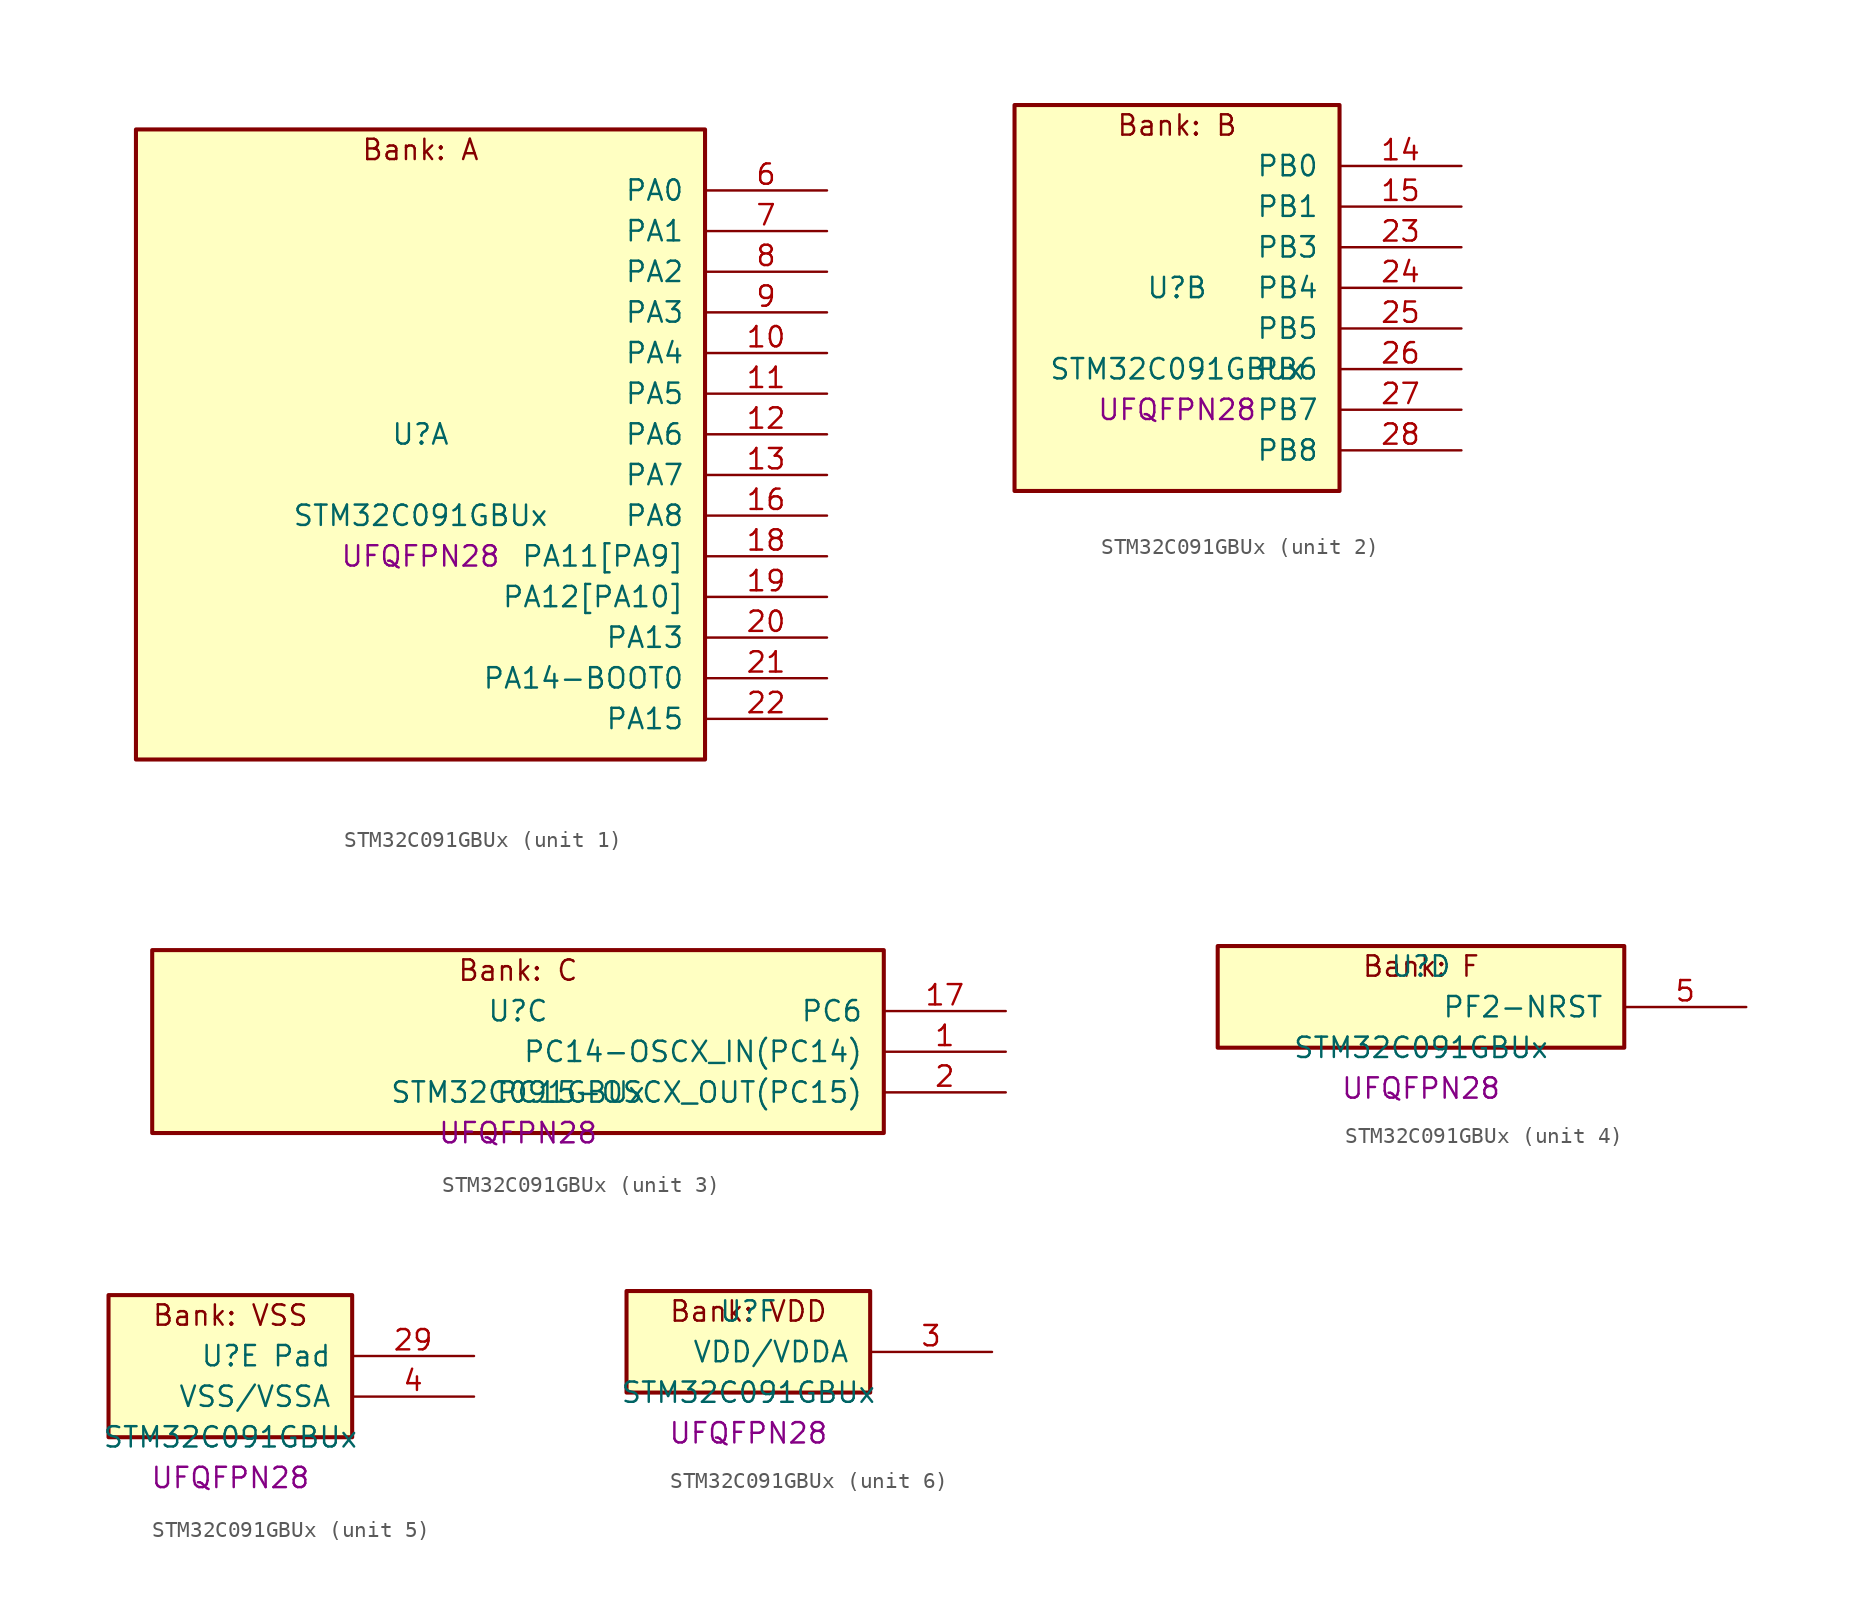
<source format=kicad_sym>
(kicad_symbol_lib
  (version 20241209)
  (generator "stm32_pkl_generator")
  (generator_version "1.0")
  (symbol "STM32C091GBUx"
    (pin_names
      (offset 1.27))
    (property "Reference" "U"
      (at 0 2.54 0))
    (property "Value" "STM32C091GBUx"
      (at 0 -2.54 0))
    (property "Footprint" "UFQFPN28"
      (at 0 -5.08 0))
    (symbol "STM32C091GBUx_1_1"
      (rectangle (start -17.78 21.59) (end 17.78 -17.78) (stroke (width 0.254) (type solid)) (fill (type background)))
      (text "Bank: A" (at 0 20.32 0))
      (pin bidirectional line (at 25.4 17.78 180) (length 7.62) (name "PA0") (number "6") (alternate "PA0/ADC1_IN0" bidirectional line) (alternate "PA0/PWR_WKUP1" bidirectional line) (alternate "PA0/SPI2_SCK" bidirectional line) (alternate "PA0/TIM16_CH1" bidirectional line) (alternate "PA0/TIM1_CH1" bidirectional line) (alternate "PA0/TIM2_CH1" bidirectional line) (alternate "PA0/TIM2_ETR" bidirectional line) (alternate "PA0/USART1_TX" bidirectional line) (alternate "PA0/USART2_CTS" bidirectional line) (alternate "PA0/USART2_NSS" bidirectional line) (alternate "PA0/USART4_TX" bidirectional line))
      (pin bidirectional line (at 25.4 15.24 180) (length 7.62) (name "PA1") (number "7") (alternate "PA1/ADC1_IN1" bidirectional line) (alternate "PA1/I2C1_SMBA" bidirectional line) (alternate "PA1/I2S1_CK" bidirectional line) (alternate "PA1/SPI1_SCK" bidirectional line) (alternate "PA1/TIM15_CH1N" bidirectional line) (alternate "PA1/TIM17_CH1" bidirectional line) (alternate "PA1/TIM1_CH2" bidirectional line) (alternate "PA1/TIM2_CH2" bidirectional line) (alternate "PA1/USART1_RX" bidirectional line) (alternate "PA1/USART2_CK" bidirectional line) (alternate "PA1/USART2_DE" bidirectional line) (alternate "PA1/USART2_RTS" bidirectional line) (alternate "PA1/USART4_RX" bidirectional line))
      (pin bidirectional line (at 25.4 12.7 180) (length 7.62) (name "PA2") (number "8") (alternate "PA2/ADC1_IN2" bidirectional line) (alternate "PA2/I2S1_SD" bidirectional line) (alternate "PA2/PWR_WKUP4" bidirectional line) (alternate "PA2/RCC_LSCO" bidirectional line) (alternate "PA2/SPI1_MOSI" bidirectional line) (alternate "PA2/TIM15_CH1" bidirectional line) (alternate "PA2/TIM16_CH1N" bidirectional line) (alternate "PA2/TIM1_CH3" bidirectional line) (alternate "PA2/TIM2_CH3" bidirectional line) (alternate "PA2/TIM3_ETR" bidirectional line) (alternate "PA2/USART2_TX" bidirectional line))
      (pin bidirectional line (at 25.4 10.16 180) (length 7.62) (name "PA3") (number "9") (alternate "PA3/ADC1_IN3" bidirectional line) (alternate "PA3/SPI2_MISO" bidirectional line) (alternate "PA3/TIM15_CH2" bidirectional line) (alternate "PA3/TIM1_CH1N" bidirectional line) (alternate "PA3/TIM1_CH4" bidirectional line) (alternate "PA3/TIM2_CH4" bidirectional line) (alternate "PA3/USART2_RX" bidirectional line))
      (pin bidirectional line (at 25.4 7.62 180) (length 7.62) (name "PA4") (number "10") (alternate "PA4/ADC1_IN4" bidirectional line) (alternate "PA4/I2S1_WS" bidirectional line) (alternate "PA4/PWR_WKUP2" bidirectional line) (alternate "PA4/RTC_OUT1" bidirectional line) (alternate "PA4/RTC_TS" bidirectional line) (alternate "PA4/SPI1_NSS" bidirectional line) (alternate "PA4/SPI2_MOSI" bidirectional line) (alternate "PA4/TIM14_CH1" bidirectional line) (alternate "PA4/TIM17_CH1N" bidirectional line) (alternate "PA4/TIM1_CH2N" bidirectional line) (alternate "PA4/USART2_TX" bidirectional line))
      (pin bidirectional line (at 25.4 5.08 180) (length 7.62) (name "PA5") (number "11") (alternate "PA5/ADC1_IN5" bidirectional line) (alternate "PA5/I2S1_CK" bidirectional line) (alternate "PA5/SPI1_SCK" bidirectional line) (alternate "PA5/TIM1_CH1" bidirectional line) (alternate "PA5/TIM1_CH3N" bidirectional line) (alternate "PA5/TIM2_CH1" bidirectional line) (alternate "PA5/TIM2_ETR" bidirectional line) (alternate "PA5/USART2_RX" bidirectional line) (alternate "PA5/USART3_TX" bidirectional line))
      (pin bidirectional line (at 25.4 2.54 180) (length 7.62) (name "PA6") (number "12") (alternate "PA6/ADC1_IN6" bidirectional line) (alternate "PA6/I2C2_SDA" bidirectional line) (alternate "PA6/I2S1_MCK" bidirectional line) (alternate "PA6/SPI1_MISO" bidirectional line) (alternate "PA6/TIM16_CH1" bidirectional line) (alternate "PA6/TIM1_BKIN" bidirectional line) (alternate "PA6/TIM3_CH1" bidirectional line) (alternate "PA6/USART3_CTS" bidirectional line) (alternate "PA6/USART3_NSS" bidirectional line))
      (pin bidirectional line (at 25.4 0 180) (length 7.62) (name "PA7") (number "13") (alternate "PA7/ADC1_IN7" bidirectional line) (alternate "PA7/I2C2_SCL" bidirectional line) (alternate "PA7/I2S1_SD" bidirectional line) (alternate "PA7/SPI1_MOSI" bidirectional line) (alternate "PA7/TIM14_CH1" bidirectional line) (alternate "PA7/TIM17_CH1" bidirectional line) (alternate "PA7/TIM1_CH1N" bidirectional line) (alternate "PA7/TIM3_CH2" bidirectional line))
      (pin bidirectional line (at 25.4 -2.54 180) (length 7.62) (name "PA8") (number "16") (alternate "PA8/ADC1_IN8" bidirectional line) (alternate "PA8/I2S1_WS" bidirectional line) (alternate "PA8/RCC_MCO" bidirectional line) (alternate "PA8/RCC_MCO_2" bidirectional line) (alternate "PA8/SPI1_NSS" bidirectional line) (alternate "PA8/SPI2_MISO" bidirectional line) (alternate "PA8/SPI2_NSS" bidirectional line) (alternate "PA8/TIM14_CH1" bidirectional line) (alternate "PA8/TIM1_CH1" bidirectional line) (alternate "PA8/TIM1_CH2N" bidirectional line) (alternate "PA8/TIM1_CH3N" bidirectional line) (alternate "PA8/TIM3_CH3" bidirectional line) (alternate "PA8/TIM3_CH4" bidirectional line) (alternate "PA8/USART1_RX" bidirectional line) (alternate "PA8/USART2_TX" bidirectional line))
      (pin bidirectional line (at 25.4 -5.08 180) (length 7.62) (name "PA11[PA9]") (number "18") (alternate "PA11[PA9]/ADC1_EXTI11" bidirectional line) (alternate "PA11[PA9]/I2C2_SCL" bidirectional line) (alternate "PA11[PA9]/I2S1_MCK" bidirectional line) (alternate "PA11[PA9]/SPI1_MISO" bidirectional line) (alternate "PA11[PA9]/TIM1_BKIN2" bidirectional line) (alternate "PA11[PA9]/TIM1_CH4" bidirectional line) (alternate "PA11[PA9]/USART1_CTS" bidirectional line) (alternate "PA11[PA9]/USART1_NSS" bidirectional line) (alternate "PA11[PA9]/PA9[PA11]" bidirectional line) (alternate "PA11[PA9]/I2C1_SCL" bidirectional line) (alternate "PA11[PA9]/RCC_MCO" bidirectional line) (alternate "PA11[PA9]/SPI2_MISO" bidirectional line) (alternate "PA11[PA9]/TIM15_BKIN" bidirectional line) (alternate "PA11[PA9]/TIM1_CH2" bidirectional line) (alternate "PA11[PA9]/TIM3_ETR" bidirectional line) (alternate "PA11[PA9]/USART1_TX" bidirectional line))
      (pin bidirectional line (at 25.4 -7.62 180) (length 7.62) (name "PA12[PA10]") (number "19") (alternate "PA12[PA10]/I2C2_SDA" bidirectional line) (alternate "PA12[PA10]/I2S1_SD" bidirectional line) (alternate "PA12[PA10]/I2S_CKIN" bidirectional line) (alternate "PA12[PA10]/SPI1_MOSI" bidirectional line) (alternate "PA12[PA10]/TIM1_ETR" bidirectional line) (alternate "PA12[PA10]/USART1_CK" bidirectional line) (alternate "PA12[PA10]/USART1_DE" bidirectional line) (alternate "PA12[PA10]/USART1_RTS" bidirectional line) (alternate "PA12[PA10]/PA10[PA12]" bidirectional line) (alternate "PA12[PA10]/I2C1_SDA" bidirectional line) (alternate "PA12[PA10]/RCC_MCO_2" bidirectional line) (alternate "PA12[PA10]/SPI2_MOSI" bidirectional line) (alternate "PA12[PA10]/TIM17_BKIN" bidirectional line) (alternate "PA12[PA10]/TIM1_CH3" bidirectional line) (alternate "PA12[PA10]/USART1_RX" bidirectional line))
      (pin bidirectional line (at 25.4 -10.16 180) (length 7.62) (name "PA13") (number "20") (alternate "PA13/ADC1_IN13" bidirectional line) (alternate "PA13/DEBUG_SWDIO" bidirectional line) (alternate "PA13/IR_OUT" bidirectional line) (alternate "PA13/TIM3_ETR" bidirectional line) (alternate "PA13/USART2_RX" bidirectional line))
      (pin bidirectional line (at 25.4 -12.7 180) (length 7.62) (name "PA14-BOOT0") (number "21") (alternate "PA14-BOOT0/ADC1_IN14" bidirectional line) (alternate "PA14-BOOT0/BOOT0" bidirectional line) (alternate "PA14-BOOT0/DEBUG_SWCLK" bidirectional line) (alternate "PA14-BOOT0/I2S1_WS" bidirectional line) (alternate "PA14-BOOT0/RCC_MCO_2" bidirectional line) (alternate "PA14-BOOT0/SPI1_NSS" bidirectional line) (alternate "PA14-BOOT0/TIM1_CH1" bidirectional line) (alternate "PA14-BOOT0/USART1_CK" bidirectional line) (alternate "PA14-BOOT0/USART1_DE" bidirectional line) (alternate "PA14-BOOT0/USART1_RTS" bidirectional line) (alternate "PA14-BOOT0/USART2_RX" bidirectional line) (alternate "PA14-BOOT0/USART2_TX" bidirectional line))
      (pin bidirectional line (at 25.4 -15.24 180) (length 7.62) (name "PA15") (number "22") (alternate "PA15/I2S1_WS" bidirectional line) (alternate "PA15/RCC_MCO_2" bidirectional line) (alternate "PA15/SPI1_NSS" bidirectional line) (alternate "PA15/TIM1_CH1" bidirectional line) (alternate "PA15/TIM2_CH1" bidirectional line) (alternate "PA15/TIM2_ETR" bidirectional line) (alternate "PA15/USART1_CK" bidirectional line) (alternate "PA15/USART1_DE" bidirectional line) (alternate "PA15/USART1_RTS" bidirectional line) (alternate "PA15/USART2_RX" bidirectional line) (alternate "PA15/USART3_CK" bidirectional line) (alternate "PA15/USART3_DE" bidirectional line) (alternate "PA15/USART3_RTS" bidirectional line) (alternate "PA15/USART4_CK" bidirectional line) (alternate "PA15/USART4_DE" bidirectional line) (alternate "PA15/USART4_RTS" bidirectional line)))
    (symbol "STM32C091GBUx_2_1"
      (rectangle (start -10.16 13.97) (end 10.16 -10.16) (stroke (width 0.254) (type solid)) (fill (type background)))
      (text "Bank: B" (at 0 12.7 0))
      (pin bidirectional line (at 17.78 10.16 180) (length 7.62) (name "PB0") (number "14") (alternate "PB0/ADC1_IN17" bidirectional line) (alternate "PB0/I2S1_WS" bidirectional line) (alternate "PB0/SPI1_NSS" bidirectional line) (alternate "PB0/TIM1_CH2N" bidirectional line) (alternate "PB0/TIM3_CH3" bidirectional line) (alternate "PB0/USART3_RX" bidirectional line))
      (pin bidirectional line (at 17.78 7.62 180) (length 7.62) (name "PB1") (number "15") (alternate "PB1/ADC1_IN18" bidirectional line) (alternate "PB1/TIM14_CH1" bidirectional line) (alternate "PB1/TIM1_CH2N" bidirectional line) (alternate "PB1/TIM1_CH3N" bidirectional line) (alternate "PB1/TIM3_CH4" bidirectional line) (alternate "PB1/USART3_CK" bidirectional line) (alternate "PB1/USART3_DE" bidirectional line) (alternate "PB1/USART3_RTS" bidirectional line))
      (pin bidirectional line (at 17.78 5.08 180) (length 7.62) (name "PB3") (number "23") (alternate "PB3/I2C2_SCL" bidirectional line) (alternate "PB3/I2S1_CK" bidirectional line) (alternate "PB3/SPI1_SCK" bidirectional line) (alternate "PB3/TIM1_CH2" bidirectional line) (alternate "PB3/TIM2_CH2" bidirectional line) (alternate "PB3/TIM3_CH2" bidirectional line) (alternate "PB3/USART1_CK" bidirectional line) (alternate "PB3/USART1_DE" bidirectional line) (alternate "PB3/USART1_RTS" bidirectional line))
      (pin bidirectional line (at 17.78 2.54 180) (length 7.62) (name "PB4") (number "24") (alternate "PB4/I2C2_SDA" bidirectional line) (alternate "PB4/I2S1_MCK" bidirectional line) (alternate "PB4/SPI1_MISO" bidirectional line) (alternate "PB4/TIM17_BKIN" bidirectional line) (alternate "PB4/TIM3_CH1" bidirectional line) (alternate "PB4/USART1_CTS" bidirectional line) (alternate "PB4/USART1_NSS" bidirectional line))
      (pin bidirectional line (at 17.78 0 180) (length 7.62) (name "PB5") (number "25") (alternate "PB5/I2C1_SMBA" bidirectional line) (alternate "PB5/I2S1_SD" bidirectional line) (alternate "PB5/PWR_WKUP6" bidirectional line) (alternate "PB5/SPI1_MOSI" bidirectional line) (alternate "PB5/TIM16_BKIN" bidirectional line) (alternate "PB5/TIM3_CH2" bidirectional line) (alternate "PB5/TIM3_CH3" bidirectional line))
      (pin bidirectional line (at 17.78 -2.54 180) (length 7.62) (name "PB6") (number "26") (alternate "PB6/I2C1_SCL" bidirectional line) (alternate "PB6/I2C1_SMBA" bidirectional line) (alternate "PB6/I2S1_CK" bidirectional line) (alternate "PB6/I2S1_MCK" bidirectional line) (alternate "PB6/I2S1_SD" bidirectional line) (alternate "PB6/PWR_WKUP3" bidirectional line) (alternate "PB6/SPI1_MISO" bidirectional line) (alternate "PB6/SPI1_MOSI" bidirectional line) (alternate "PB6/SPI1_SCK" bidirectional line) (alternate "PB6/SPI2_MISO" bidirectional line) (alternate "PB6/TIM16_BKIN" bidirectional line) (alternate "PB6/TIM16_CH1N" bidirectional line) (alternate "PB6/TIM1_CH2" bidirectional line) (alternate "PB6/TIM1_CH3" bidirectional line) (alternate "PB6/TIM3_CH1" bidirectional line) (alternate "PB6/TIM3_CH2" bidirectional line) (alternate "PB6/TIM3_CH3" bidirectional line) (alternate "PB6/USART1_CTS" bidirectional line) (alternate "PB6/USART1_NSS" bidirectional line) (alternate "PB6/USART1_TX" bidirectional line))
      (pin bidirectional line (at 17.78 -5.08 180) (length 7.62) (name "PB7") (number "27") (alternate "PB7/I2C1_SCL" bidirectional line) (alternate "PB7/I2C1_SDA" bidirectional line) (alternate "PB7/RTC_REFIN" bidirectional line) (alternate "PB7/SPI2_MOSI" bidirectional line) (alternate "PB7/TIM16_CH1" bidirectional line) (alternate "PB7/TIM17_CH1N" bidirectional line) (alternate "PB7/TIM1_CH4" bidirectional line) (alternate "PB7/TIM3_CH1" bidirectional line) (alternate "PB7/TIM3_CH4" bidirectional line) (alternate "PB7/USART1_RX" bidirectional line) (alternate "PB7/USART2_CTS" bidirectional line) (alternate "PB7/USART2_NSS" bidirectional line) (alternate "PB7/USART4_CTS" bidirectional line) (alternate "PB7/USART4_NSS" bidirectional line))
      (pin bidirectional line (at 17.78 -7.62 180) (length 7.62) (name "PB8") (number "28") (alternate "PB8/I2C1_SCL" bidirectional line) (alternate "PB8/SPI2_SCK" bidirectional line) (alternate "PB8/TIM15_BKIN" bidirectional line) (alternate "PB8/TIM16_CH1" bidirectional line) (alternate "PB8/TIM3_CH1" bidirectional line) (alternate "PB8/USART2_CTS" bidirectional line) (alternate "PB8/USART2_NSS" bidirectional line) (alternate "PB8/USART3_TX" bidirectional line)))
    (symbol "STM32C091GBUx_3_1"
      (rectangle (start -22.86 6.35) (end 22.86 -5.08) (stroke (width 0.254) (type solid)) (fill (type background)))
      (text "Bank: C" (at 0 5.08 0))
      (pin bidirectional line (at 30.48 2.54 180) (length 7.62) (name "PC6") (number "17") (alternate "PC6/TIM2_CH3" bidirectional line) (alternate "PC6/TIM3_CH1" bidirectional line))
      (pin bidirectional line (at 30.48 0 180) (length 7.62) (name "PC14-OSCX_IN(PC14)") (number "1") (alternate "PC14-OSCX_IN(PC14)/I2C1_SDA" bidirectional line) (alternate "PC14-OSCX_IN(PC14)/IR_OUT" bidirectional line) (alternate "PC14-OSCX_IN(PC14)/RCC_OSCX_IN" bidirectional line) (alternate "PC14-OSCX_IN(PC14)/SPI2_NSS" bidirectional line) (alternate "PC14-OSCX_IN(PC14)/TIM17_CH1" bidirectional line) (alternate "PC14-OSCX_IN(PC14)/TIM1_BKIN2" bidirectional line) (alternate "PC14-OSCX_IN(PC14)/TIM1_ETR" bidirectional line) (alternate "PC14-OSCX_IN(PC14)/TIM3_CH2" bidirectional line) (alternate "PC14-OSCX_IN(PC14)/USART1_TX" bidirectional line) (alternate "PC14-OSCX_IN(PC14)/USART2_CK" bidirectional line) (alternate "PC14-OSCX_IN(PC14)/USART2_DE" bidirectional line) (alternate "PC14-OSCX_IN(PC14)/USART2_RTS" bidirectional line) (alternate "PC14-OSCX_IN(PC14)/USART3_TX" bidirectional line))
      (pin bidirectional line (at 30.48 -2.54 180) (length 7.62) (name "PC15-OSCX_OUT(PC15)") (number "2") (alternate "PC15-OSCX_OUT(PC15)/RCC_OSC32_EN" bidirectional line) (alternate "PC15-OSCX_OUT(PC15)/RCC_OSCX_OUT" bidirectional line) (alternate "PC15-OSCX_OUT(PC15)/RCC_OSC_EN" bidirectional line) (alternate "PC15-OSCX_OUT(PC15)/TIM15_BKIN" bidirectional line) (alternate "PC15-OSCX_OUT(PC15)/TIM1_ETR" bidirectional line) (alternate "PC15-OSCX_OUT(PC15)/TIM3_CH3" bidirectional line)))
    (symbol "STM32C091GBUx_4_1"
      (rectangle (start -12.7 3.81) (end 12.7 -2.54) (stroke (width 0.254) (type solid)) (fill (type background)))
      (text "Bank: F" (at 0 2.54 0))
      (pin bidirectional line (at 20.32 0 180) (length 7.62) (name "PF2-NRST") (number "5") (alternate "PF2-NRST/RCC_MCO" bidirectional line) (alternate "PF2-NRST/TIM1_CH4" bidirectional line)))
    (symbol "STM32C091GBUx_5_1"
      (rectangle (start -7.62 6.35) (end 7.62 -2.54) (stroke (width 0.254) (type solid)) (fill (type background)))
      (text "Bank: VSS" (at 0 5.08 0))
      (pin passive line (at 15.24 2.54 180) (length 7.62) (name "Pad") (number "29"))
      (pin power_in line (at 15.24 0 180) (length 7.62) (name "VSS/VSSA") (number "4")))
    (symbol "STM32C091GBUx_6_1"
      (rectangle (start -7.62 3.81) (end 7.62 -2.54) (stroke (width 0.254) (type solid)) (fill (type background)))
      (text "Bank: VDD" (at 0 2.54 0))
      (pin power_in line (at 15.24 0 180) (length 7.62) (name "VDD/VDDA") (number "3")))))
</source>
